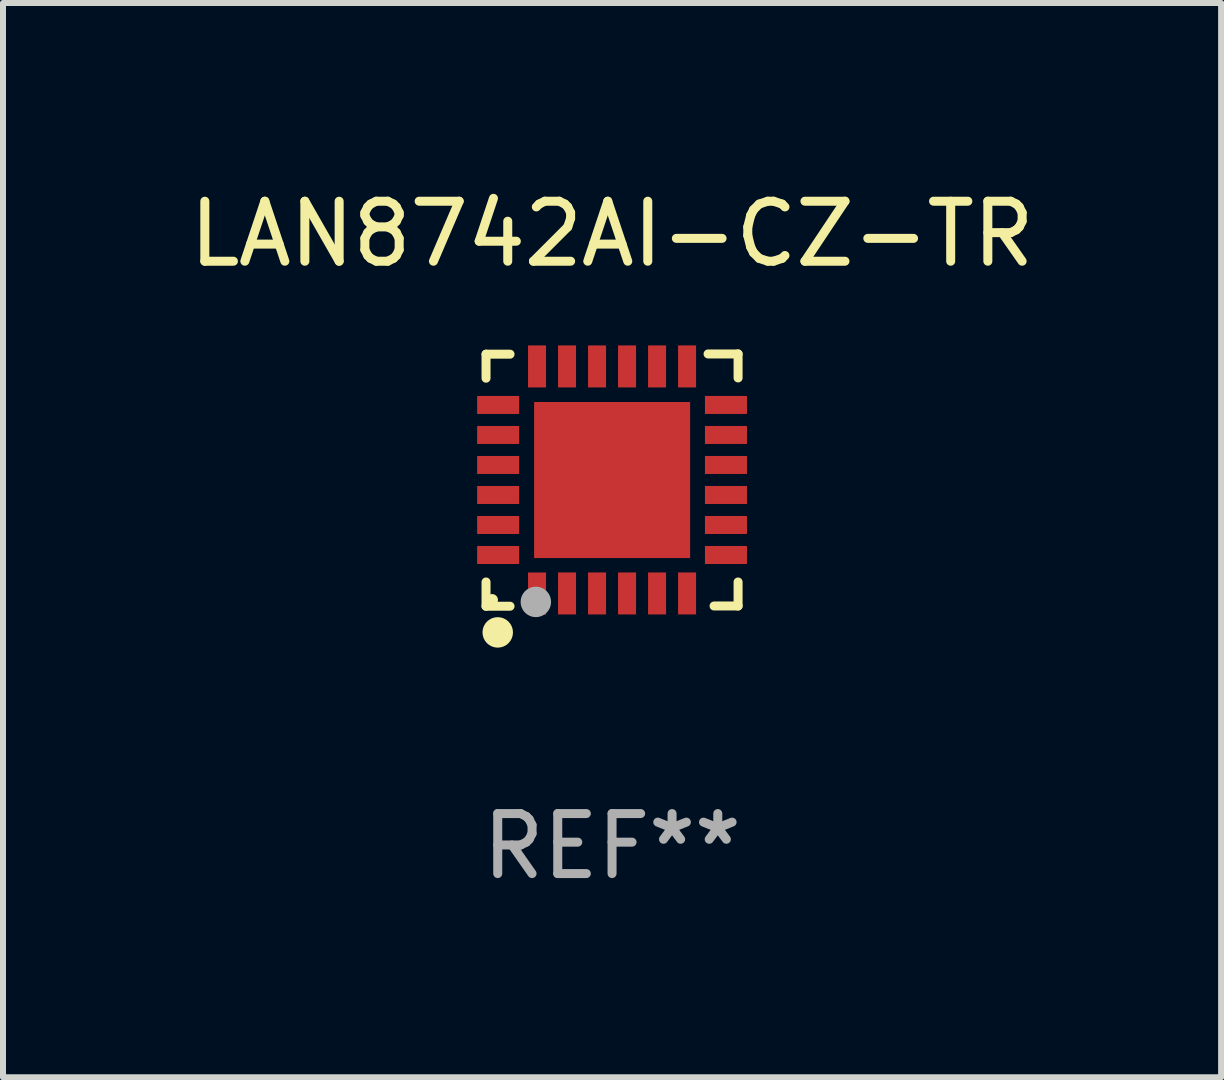
<source format=kicad_pcb>
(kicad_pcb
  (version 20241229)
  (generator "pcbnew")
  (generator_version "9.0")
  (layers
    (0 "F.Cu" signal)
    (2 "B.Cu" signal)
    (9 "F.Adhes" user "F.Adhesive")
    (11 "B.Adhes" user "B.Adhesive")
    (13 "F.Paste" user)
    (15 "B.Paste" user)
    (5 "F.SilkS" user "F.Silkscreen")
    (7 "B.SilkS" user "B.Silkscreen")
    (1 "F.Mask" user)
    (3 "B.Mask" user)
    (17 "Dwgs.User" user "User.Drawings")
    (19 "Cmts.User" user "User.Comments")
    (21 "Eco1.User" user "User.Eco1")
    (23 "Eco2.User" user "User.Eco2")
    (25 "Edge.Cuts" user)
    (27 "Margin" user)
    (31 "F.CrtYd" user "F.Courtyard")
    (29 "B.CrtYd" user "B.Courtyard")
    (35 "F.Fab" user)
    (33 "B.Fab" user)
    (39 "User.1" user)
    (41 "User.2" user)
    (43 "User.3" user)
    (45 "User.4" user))
  (footprint "LAN8742AI-CZ-TR"
    (layer "F.Cu")
    (at 7.149 4.95)
    (property "Reference" "LAN8742AI-CZ-TR" (at 0 -4.102 0) (layer "F.SilkS") (effects (font (size 1 1) (thickness 0.15))))
    (attr through_hole)
    (fp_line (start -2.1 -2.098) (end -1.7 -2.098) (stroke (width 0.15) (type solid)) (layer "F.SilkS"))
    (fp_line (start -2.1 -1.698) (end -2.1 -2.098) (stroke (width 0.15) (type solid)) (layer "F.SilkS"))
    (fp_line (start -2.1 2.102) (end -2.1 1.698) (stroke (width 0.15) (type solid)) (layer "F.SilkS"))
    (fp_line (start -1.7 2.102) (end -2.1 2.102) (stroke (width 0.15) (type solid)) (layer "F.SilkS"))
    (fp_line (start 1.6 -2.102) (end 2.1 -2.102) (stroke (width 0.15) (type solid)) (layer "F.SilkS"))
    (fp_line (start 1.7 2.098) (end 2.1 2.098) (stroke (width 0.15) (type solid)) (layer "F.SilkS"))
    (fp_line (start 2.1 -2.102) (end 2.1 -1.702) (stroke (width 0.15) (type solid)) (layer "F.SilkS"))
    (fp_line (start 2.1 2.098) (end 2.1 1.698) (stroke (width 0.15) (type solid)) (layer "F.SilkS"))
    (fp_circle (center -2 1.998) (end -1.95 1.998) (stroke (width 0.1) (type solid)) (fill no) (layer "F.SilkS"))
    (fp_circle (center -1.905 2.538) (end -1.778 2.538) (stroke (width 0.254) (type solid)) (fill no) (layer "F.SilkS"))
    (fp_circle (center -1.27 2.03) (end -1.143 2.03) (stroke (width 0.254) (type solid)) (fill no) (layer "F.Fab"))
    (fp_text user "REF**" (at 0 6.102 0) (layer "F.Fab") (effects (font (size 1 1) (thickness 0.15))))
    (pad "1" smd rect (at -1.25 1.89 180) (size 0.3 0.7) (layers "F.Cu" "F.Mask" "F.Paste"))
    (pad "2" smd rect (at -0.75 1.889 180) (size 0.3 0.7) (layers "F.Cu" "F.Mask" "F.Paste"))
    (pad "3" smd rect (at -0.25 1.889 180) (size 0.3 0.7) (layers "F.Cu" "F.Mask" "F.Paste"))
    (pad "4" smd rect (at 0.25 1.889 180) (size 0.3 0.7) (layers "F.Cu" "F.Mask" "F.Paste"))
    (pad "5" smd rect (at 0.75 1.889 180) (size 0.3 0.7) (layers "F.Cu" "F.Mask" "F.Paste"))
    (pad "6" smd rect (at 1.25 1.889 180) (size 0.3 0.7) (layers "F.Cu" "F.Mask" "F.Paste"))
    (pad "7" smd rect (at 1.898 1.248 270) (size 0.3 0.7) (layers "F.Cu" "F.Mask" "F.Paste"))
    (pad "8" smd rect (at 1.898 0.748 270) (size 0.3 0.7) (layers "F.Cu" "F.Mask" "F.Paste"))
    (pad "9" smd rect (at 1.898 0.248 270) (size 0.3 0.7) (layers "F.Cu" "F.Mask" "F.Paste"))
    (pad "10" smd rect (at 1.898 -0.252 270) (size 0.3 0.7) (layers "F.Cu" "F.Mask" "F.Paste"))
    (pad "11" smd rect (at 1.898 -0.752 270) (size 0.3 0.7) (layers "F.Cu" "F.Mask" "F.Paste"))
    (pad "12" smd rect (at 1.898 -1.252 270) (size 0.3 0.7) (layers "F.Cu" "F.Mask" "F.Paste"))
    (pad "13" smd rect (at 1.25 -1.894) (size 0.3 0.7) (layers "F.Cu" "F.Mask" "F.Paste"))
    (pad "14" smd rect (at 0.75 -1.894) (size 0.3 0.7) (layers "F.Cu" "F.Mask" "F.Paste"))
    (pad "15" smd rect (at 0.25 -1.894) (size 0.3 0.7) (layers "F.Cu" "F.Mask" "F.Paste"))
    (pad "16" smd rect (at -0.25 -1.894) (size 0.3 0.7) (layers "F.Cu" "F.Mask" "F.Paste"))
    (pad "17" smd rect (at -0.75 -1.894) (size 0.3 0.7) (layers "F.Cu" "F.Mask" "F.Paste"))
    (pad "18" smd rect (at -1.25 -1.894) (size 0.3 0.7) (layers "F.Cu" "F.Mask" "F.Paste"))
    (pad "19" smd rect (at -1.898 -1.252 90) (size 0.3 0.7) (layers "F.Cu" "F.Mask" "F.Paste"))
    (pad "20" smd rect (at -1.898 -0.752 90) (size 0.3 0.7) (layers "F.Cu" "F.Mask" "F.Paste"))
    (pad "21" smd rect (at -1.898 -0.252 90) (size 0.3 0.7) (layers "F.Cu" "F.Mask" "F.Paste"))
    (pad "22" smd rect (at -1.898 0.248 90) (size 0.3 0.7) (layers "F.Cu" "F.Mask" "F.Paste"))
    (pad "23" smd rect (at -1.898 0.748 90) (size 0.3 0.7) (layers "F.Cu" "F.Mask" "F.Paste"))
    (pad "24" smd rect (at -1.898 1.248 90) (size 0.3 0.7) (layers "F.Cu" "F.Mask" "F.Paste"))
    (pad "25" smd rect (at 0.001 -0.001 90) (size 2.6 2.6) (layers "F.Cu" "F.Mask" "F.Paste")))
  (gr_rect
    (start -3 -3)
    (end 17.298 14.901)
    (stroke (width 0.1) (type default))
    (fill no)
    (layer "Edge.Cuts")))
</source>
